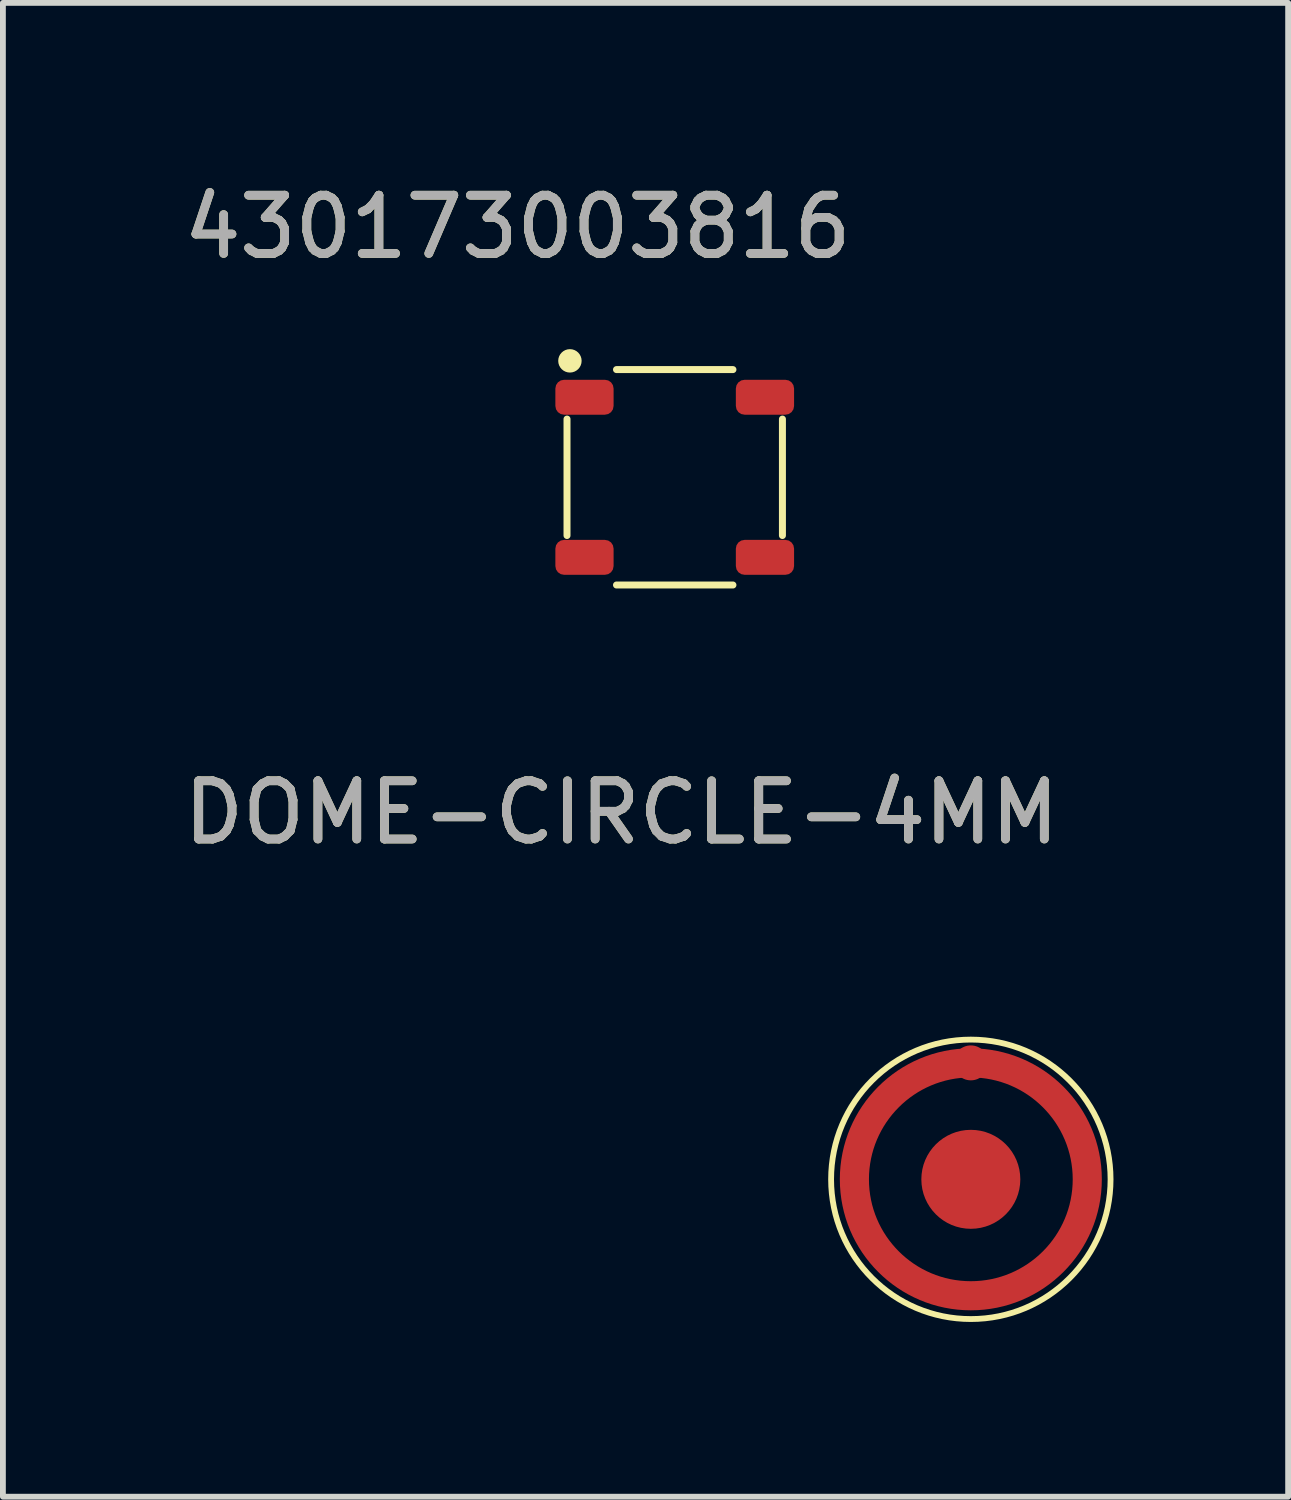
<source format=kicad_pcb>
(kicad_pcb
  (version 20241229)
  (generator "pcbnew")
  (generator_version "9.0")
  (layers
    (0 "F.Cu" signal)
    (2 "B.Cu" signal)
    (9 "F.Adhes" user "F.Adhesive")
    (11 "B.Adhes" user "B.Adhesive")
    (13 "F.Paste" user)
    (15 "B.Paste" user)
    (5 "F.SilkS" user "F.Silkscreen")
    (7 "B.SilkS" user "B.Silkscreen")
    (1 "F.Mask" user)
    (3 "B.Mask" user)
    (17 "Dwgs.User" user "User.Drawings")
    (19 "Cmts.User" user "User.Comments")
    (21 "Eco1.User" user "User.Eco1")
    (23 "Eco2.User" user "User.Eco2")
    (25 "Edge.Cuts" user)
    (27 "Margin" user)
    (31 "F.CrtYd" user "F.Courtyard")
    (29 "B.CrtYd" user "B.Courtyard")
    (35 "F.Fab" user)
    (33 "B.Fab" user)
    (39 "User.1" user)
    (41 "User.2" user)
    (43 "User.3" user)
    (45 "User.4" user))
  (footprint "430173003816"
    (layer "F.Cu")
    (at 8.539 5.148)
    (property "Reference" "430173003816" (at -2.7 -4.3 0) (unlocked yes) (layer "F.SilkS") (effects (font (size 1 1) (thickness 0.15))))
    (attr smd)
    (fp_line (start -1.85 -1) (end -1.85 1) (stroke (width 0.12) (type solid)) (layer "F.SilkS"))
    (fp_line (start -1 1.85) (end 1 1.85) (stroke (width 0.12) (type solid)) (layer "F.SilkS"))
    (fp_line (start 1 -1.85) (end -1 -1.85) (stroke (width 0.12) (type solid)) (layer "F.SilkS"))
    (fp_line (start 1.85 1) (end 1.85 -1) (stroke (width 0.12) (type solid)) (layer "F.SilkS"))
    (fp_circle (center -1.8 -2) (end -1.659 -2) (stroke (width 0.12) (type solid)) (fill yes) (layer "F.SilkS"))
    (fp_text user "${REFERENCE}" (at -2.7 -4.3 0) (unlocked yes) (layer "F.Fab") (effects (font (size 1 1) (thickness 0.15))))
    (pad "1" smd roundrect (at -1.55 -1.375) (size 1 0.6) (layers "F.Cu" "F.Mask" "F.Paste") (roundrect_rratio 0.25))
    (pad "2" smd roundrect (at -1.55 1.375) (size 1 0.6) (layers "F.Cu" "F.Mask" "F.Paste") (roundrect_rratio 0.25))
    (pad "3" smd roundrect (at 1.55 -1.375) (size 1 0.6) (layers "F.Cu" "F.Mask" "F.Paste") (roundrect_rratio 0.25))
    (pad "4" smd roundrect (at 1.55 1.375) (size 1 0.6) (layers "F.Cu" "F.Mask" "F.Paste") (roundrect_rratio 0.25)))
  (footprint "DOME-CIRCLE-4MM"
    (layer "F.Cu")
    (at 13.625 17.206)
    (property "Reference" "DOME-CIRCLE-4MM" (at -6 -6.3 0) (unlocked yes) (layer "F.SilkS") (effects (font (size 1 1) (thickness 0.15))))
    (attr smd)
    (fp_circle (center 0 0) (end 2 0) (stroke (width 0.5) (type solid)) (fill no) (layer "F.Cu"))
    (fp_circle (center 0 0) (end 2 0) (stroke (width 0.7) (type solid)) (fill no) (layer "F.Mask"))
    (fp_circle (center 0 0) (end 2.4 0) (stroke (width 0.1) (type solid)) (fill no) (layer "F.SilkS"))
    (fp_text user "${REFERENCE}" (at -6 -6.3 0) (unlocked yes) (layer "F.Fab") (effects (font (size 1 1) (thickness 0.15))))
    (pad "1" smd circle (at 0 0 180) (size 1.7 1.7) (layers "F.Cu" "F.Mask" "F.Paste" "Eco1.User"))
    (pad "2" smd circle (at 0 -2 180) (size 0.6 0.6) (layers "F.Cu" "F.Mask" "F.Paste" "Eco1.User")))
  (gr_rect
    (start -3 -3)
    (end 19.075 22.657)
    (stroke (width 0.1) (type default))
    (fill no)
    (layer "Edge.Cuts")))
</source>
